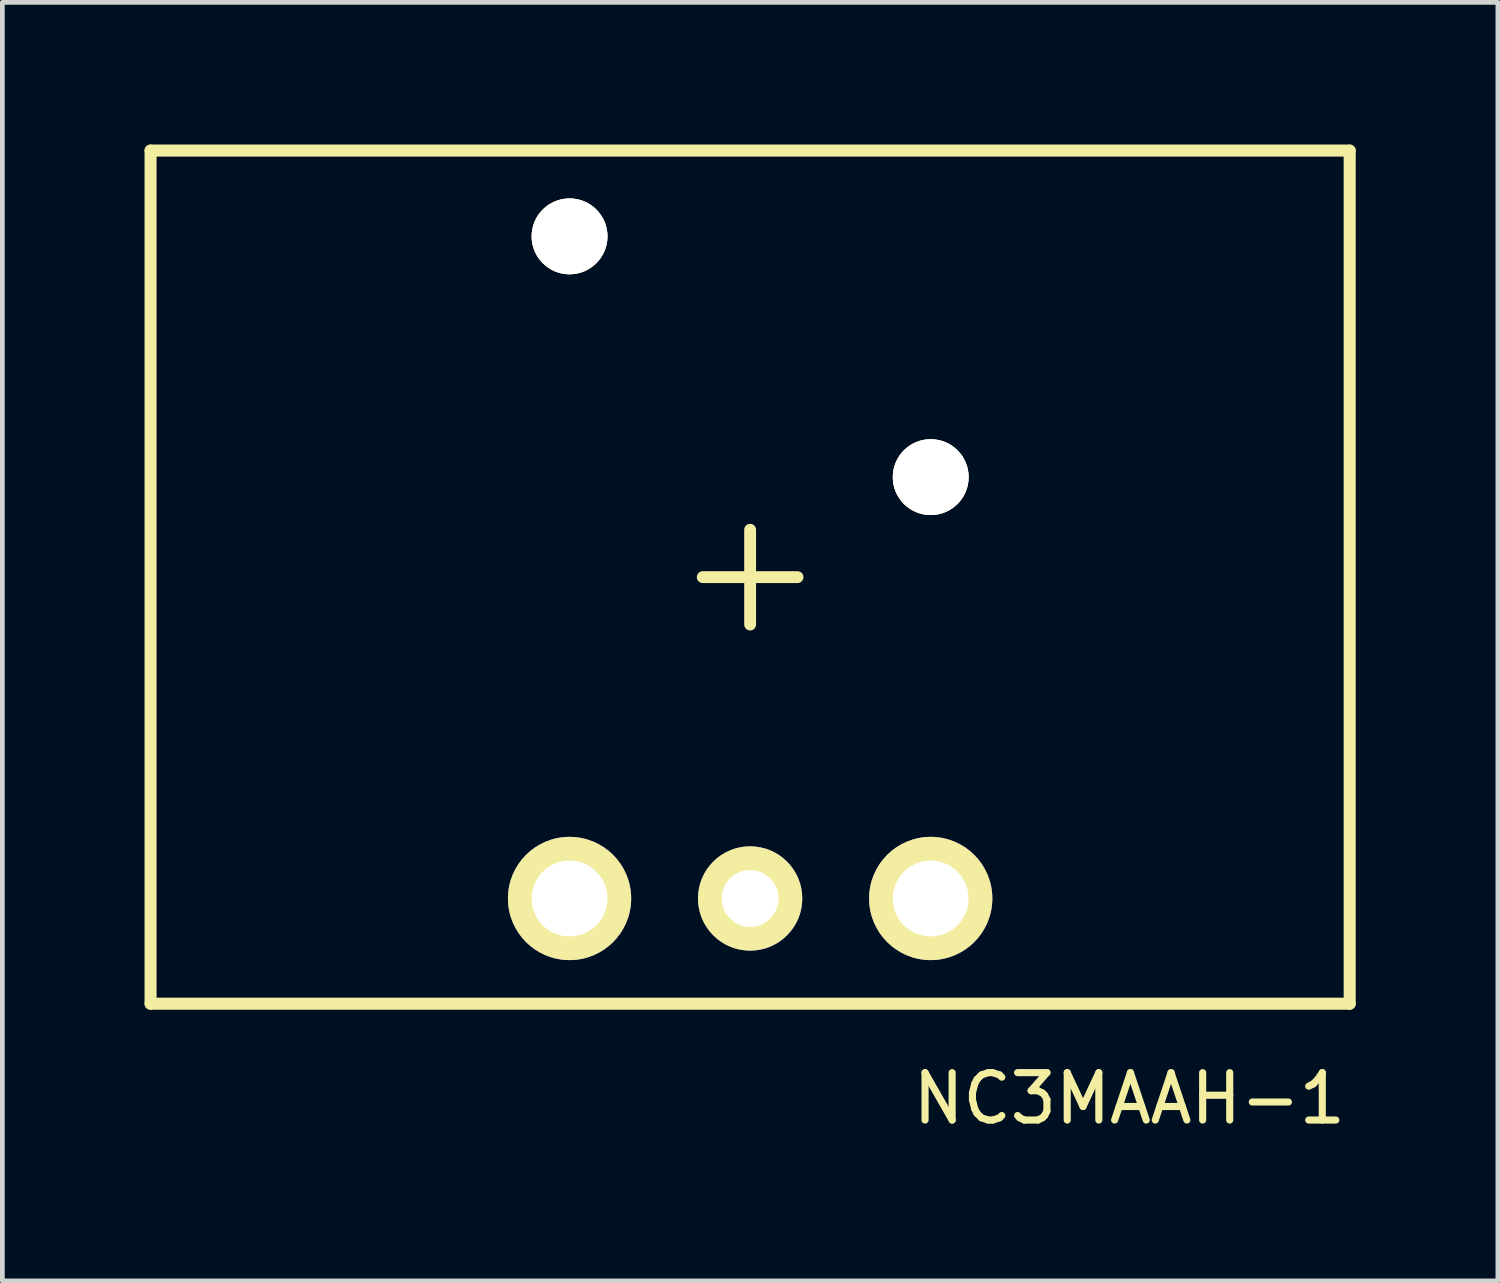
<source format=kicad_pcb>
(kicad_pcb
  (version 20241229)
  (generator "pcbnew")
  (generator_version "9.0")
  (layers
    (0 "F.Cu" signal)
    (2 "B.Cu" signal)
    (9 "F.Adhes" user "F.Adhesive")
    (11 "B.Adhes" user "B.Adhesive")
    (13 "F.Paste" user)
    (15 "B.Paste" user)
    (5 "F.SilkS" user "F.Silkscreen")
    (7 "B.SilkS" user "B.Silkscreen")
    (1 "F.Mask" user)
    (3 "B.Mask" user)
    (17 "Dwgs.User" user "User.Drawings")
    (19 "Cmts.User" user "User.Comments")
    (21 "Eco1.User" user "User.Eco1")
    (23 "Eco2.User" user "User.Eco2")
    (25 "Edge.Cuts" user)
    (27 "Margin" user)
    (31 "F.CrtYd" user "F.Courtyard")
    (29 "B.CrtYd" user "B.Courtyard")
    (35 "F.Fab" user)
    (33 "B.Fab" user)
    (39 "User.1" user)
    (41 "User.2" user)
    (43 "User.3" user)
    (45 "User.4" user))
  (footprint "NC3MAAH-1"
    (layer "F.Cu")
    (at 12.777 9.127)
    (property "Reference" "NC3MAAH-1" (at 8 11 0) (layer "F.SilkS") (effects (font (size 1 1) (thickness 0.15))))
    (attr through_hole)
    (fp_line (start -12.65 -9) (end -12.65 9) (stroke (width 0.254) (type solid)) (layer "F.SilkS"))
    (fp_line (start -12.65 9) (end 12.65 9) (stroke (width 0.254) (type solid)) (layer "F.SilkS"))
    (fp_line (start -1 0) (end 1 0) (stroke (width 0.25) (type solid)) (layer "F.SilkS"))
    (fp_line (start 0 -1) (end 0 1) (stroke (width 0.25) (type solid)) (layer "F.SilkS"))
    (fp_line (start 12.65 -9) (end -12.65 -9) (stroke (width 0.254) (type solid)) (layer "F.SilkS"))
    (fp_line (start 12.65 9) (end 12.65 -9) (stroke (width 0.254) (type solid)) (layer "F.SilkS"))
    (pad "" thru_hole circle (at -3.81 -7.19) (size 1.6 1.6) (drill 1.6) (layers "*.Cu" "*.Mask" "F.SilkS"))
    (pad "" thru_hole circle (at 3.81 -2.11) (size 1.6 1.6) (drill 1.6) (layers "*.Cu" "*.Mask" "F.SilkS"))
    (pad "1" thru_hole circle (at 3.81 6.78) (size 2.6 2.6) (drill 1.6) (layers "*.Cu" "*.Mask" "F.SilkS"))
    (pad "2" thru_hole circle (at -3.81 6.78) (size 2.6 2.6) (drill 1.6) (layers "*.Cu" "*.Mask" "F.SilkS"))
    (pad "3" thru_hole circle (at 0 6.78) (size 2.2 2.2) (drill 1.2) (layers "*.Cu" "*.Mask" "F.SilkS")))
  (gr_rect
    (start -3 -3)
    (end 28.554 23.975)
    (stroke (width 0.1) (type default))
    (fill no)
    (layer "Edge.Cuts")))
</source>
